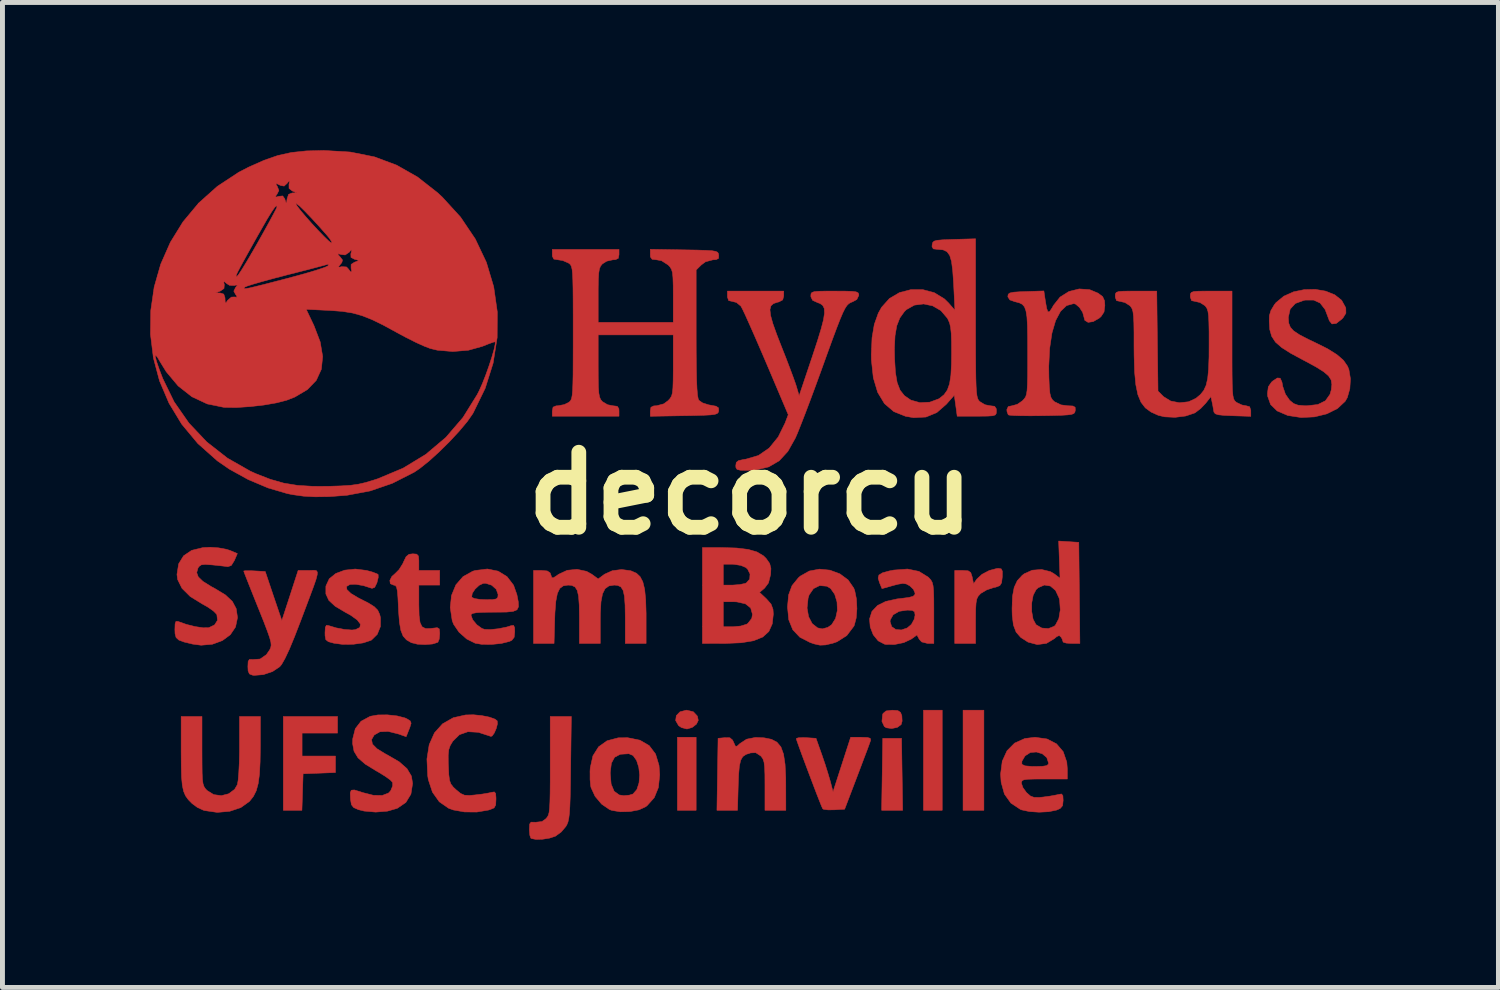
<source format=kicad_pcb>
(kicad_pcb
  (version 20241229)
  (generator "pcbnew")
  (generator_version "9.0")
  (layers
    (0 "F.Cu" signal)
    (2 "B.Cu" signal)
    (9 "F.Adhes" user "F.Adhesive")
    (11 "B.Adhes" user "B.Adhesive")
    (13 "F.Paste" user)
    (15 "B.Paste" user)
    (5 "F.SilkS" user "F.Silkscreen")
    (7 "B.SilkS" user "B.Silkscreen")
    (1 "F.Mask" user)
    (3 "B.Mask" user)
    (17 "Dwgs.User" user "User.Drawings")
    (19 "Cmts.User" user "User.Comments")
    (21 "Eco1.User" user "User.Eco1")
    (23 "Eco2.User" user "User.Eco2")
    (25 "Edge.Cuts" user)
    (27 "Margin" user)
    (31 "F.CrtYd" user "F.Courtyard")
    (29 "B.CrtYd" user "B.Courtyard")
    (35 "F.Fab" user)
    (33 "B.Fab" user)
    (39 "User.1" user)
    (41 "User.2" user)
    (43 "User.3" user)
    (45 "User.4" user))
  (footprint "decorcu"
    (layer "F.Cu")
    (at 12.185 6.966)
    (property "Reference" "decorcu" (at 0 0 0) (layer "F.SilkS") (effects (font (size 1.524 1.524) (thickness 0.3))))
    (attr through_hole)
    (fp_poly (pts (xy -1.101 6.435) (xy -1.482 6.435) (xy -1.482 4.953) (xy -1.101 4.953) (xy -1.101 6.435)) (stroke (width 0.01) (type solid)) (fill yes) (layer "F.Cu"))
    (fp_poly (pts (xy 3.092 6.435) (xy 2.665 6.435) (xy 2.688 4.974) (xy 3.069 4.974) (xy 3.092 6.435)) (stroke (width 0.01) (type solid)) (fill yes) (layer "F.Cu"))
    (fp_poly (pts (xy 3.895 6.435) (xy 3.514 6.435) (xy 3.514 4.403) (xy 3.895 4.403) (xy 3.895 6.435)) (stroke (width 0.01) (type solid)) (fill yes) (layer "F.Cu"))
    (fp_poly (pts (xy 4.741 6.435) (xy 4.318 6.435) (xy 4.318 4.403) (xy 4.741 4.403) (xy 4.741 6.435)) (stroke (width 0.01) (type solid)) (fill yes) (layer "F.Cu"))
    (fp_poly (pts (xy -8.382 4.868) (xy -9.102 4.868) (xy -9.102 5.334) (xy -8.424 5.334) (xy -8.424 5.669) (xy -9.081 5.694) (xy -9.093 6.064) (xy -9.105 6.435) (xy -9.483 6.435) (xy -9.483 4.53) (xy -8.382 4.53) (xy -8.382 4.868)) (stroke (width 0.01) (type solid)) (fill yes) (layer "F.Cu"))
    (fp_poly (pts (xy -1.158 4.435) (xy -1.076 4.523) (xy -1.058 4.609) (xy -1.095 4.686) (xy -1.181 4.753) (xy -1.284 4.784) (xy -1.291 4.784) (xy -1.399 4.756) (xy -1.457 4.717) (xy -1.517 4.613) (xy -1.504 4.513) (xy -1.429 4.436) (xy -1.302 4.403) (xy -1.291 4.403) (xy -1.158 4.435)) (stroke (width 0.01) (type solid)) (fill yes) (layer "F.Cu"))
    (fp_poly (pts (xy 2.993 4.411) (xy 3.048 4.447) (xy 3.075 4.515) (xy 3.081 4.624) (xy 3.061 4.695) (xy 2.983 4.752) (xy 2.869 4.775) (xy 2.76 4.76) (xy 2.72 4.735) (xy 2.671 4.63) (xy 2.685 4.491) (xy 2.693 4.47) (xy 2.755 4.418) (xy 2.882 4.403) (xy 2.993 4.411)) (stroke (width 0.01) (type solid)) (fill yes) (layer "F.Cu"))
    (fp_poly (pts (xy 5.094 1.534) (xy 5.116 1.581) (xy 5.115 1.686) (xy 5.114 1.702) (xy 5.1 1.816) (xy 5.064 1.874) (xy 4.982 1.905) (xy 4.933 1.915) (xy 4.797 1.961) (xy 4.682 2.029) (xy 4.669 2.041) (xy 4.626 2.087) (xy 4.598 2.143) (xy 4.582 2.226) (xy 4.574 2.354) (xy 4.572 2.545) (xy 4.572 2.59) (xy 4.572 3.048) (xy 4.149 3.048) (xy 4.149 1.566) (xy 4.313 1.566) (xy 4.421 1.573) (xy 4.474 1.608) (xy 4.501 1.69) (xy 4.504 1.702) (xy 4.531 1.837) (xy 4.599 1.74) (xy 4.703 1.644) (xy 4.852 1.566) (xy 5.004 1.526) (xy 5.039 1.524) (xy 5.094 1.534)) (stroke (width 0.01) (type solid)) (fill yes) (layer "F.Cu"))
    (fp_poly (pts (xy -3.649 5.577) (xy -3.653 5.906) (xy -3.658 6.162) (xy -3.665 6.355) (xy -3.674 6.497) (xy -3.687 6.599) (xy -3.703 6.672) (xy -3.725 6.727) (xy -3.745 6.762) (xy -3.839 6.874) (xy -3.956 6.96) (xy -3.963 6.963) (xy -4.079 7.001) (xy -4.219 7.023) (xy -4.35 7.027) (xy -4.442 7.01) (xy -4.459 6.999) (xy -4.478 6.942) (xy -4.487 6.837) (xy -4.487 6.816) (xy -4.482 6.715) (xy -4.453 6.676) (xy -4.38 6.677) (xy -4.365 6.679) (xy -4.231 6.664) (xy -4.153 6.608) (xy -4.125 6.576) (xy -4.103 6.537) (xy -4.087 6.48) (xy -4.077 6.394) (xy -4.07 6.267) (xy -4.066 6.089) (xy -4.064 5.848) (xy -4.064 5.535) (xy -4.064 5.524) (xy -4.064 4.53) (xy -3.635 4.53) (xy -3.649 5.577)) (stroke (width 0.01) (type solid)) (fill yes) (layer "F.Cu"))
    (fp_poly (pts (xy 0.279 4.964) (xy 0.427 4.994) (xy 0.539 5.052) (xy 0.62 5.149) (xy 0.673 5.295) (xy 0.704 5.5) (xy 0.718 5.774) (xy 0.719 5.937) (xy 0.72 6.435) (xy 0.296 6.435) (xy 0.296 5.927) (xy 0.295 5.708) (xy 0.289 5.557) (xy 0.277 5.458) (xy 0.255 5.392) (xy 0.222 5.345) (xy 0.208 5.33) (xy 0.109 5.266) (xy 0.007 5.27) (xy -0.087 5.3) (xy -0.154 5.345) (xy -0.197 5.42) (xy -0.224 5.54) (xy -0.239 5.717) (xy -0.247 5.928) (xy -0.261 6.435) (xy -0.679 6.435) (xy -0.656 4.974) (xy -0.519 4.961) (xy -0.416 4.963) (xy -0.361 5.01) (xy -0.339 5.057) (xy -0.306 5.132) (xy -0.272 5.135) (xy -0.214 5.082) (xy -0.077 4.992) (xy 0.103 4.956) (xy 0.279 4.964)) (stroke (width 0.01) (type solid)) (fill yes) (layer "F.Cu"))
    (fp_poly (pts (xy 2.374 4.957) (xy 2.432 4.973) (xy 2.442 5.009) (xy 2.437 5.027) (xy 2.415 5.09) (xy 2.368 5.218) (xy 2.301 5.394) (xy 2.222 5.604) (xy 2.164 5.757) (xy 1.914 6.413) (xy 1.701 6.426) (xy 1.576 6.427) (xy 1.489 6.416) (xy 1.469 6.405) (xy 1.445 6.352) (xy 1.399 6.237) (xy 1.336 6.076) (xy 1.263 5.884) (xy 1.185 5.678) (xy 1.108 5.473) (xy 1.038 5.285) (xy 0.982 5.13) (xy 0.944 5.023) (xy 0.931 4.98) (xy 0.969 4.964) (xy 1.065 4.959) (xy 1.132 4.961) (xy 1.333 4.974) (xy 1.453 5.313) (xy 1.517 5.501) (xy 1.576 5.689) (xy 1.62 5.838) (xy 1.625 5.856) (xy 1.678 6.06) (xy 1.857 5.506) (xy 2.036 4.953) (xy 2.248 4.953) (xy 2.374 4.957)) (stroke (width 0.01) (type solid)) (fill yes) (layer "F.Cu"))
    (fp_poly (pts (xy -11.134 5.23) (xy -11.133 5.489) (xy -11.131 5.677) (xy -11.125 5.808) (xy -11.113 5.895) (xy -11.093 5.954) (xy -11.065 5.997) (xy -11.03 6.034) (xy -10.896 6.117) (xy -10.741 6.138) (xy -10.592 6.1) (xy -10.471 6.01) (xy -10.416 5.915) (xy -10.4 5.827) (xy -10.387 5.674) (xy -10.377 5.475) (xy -10.372 5.247) (xy -10.372 5.158) (xy -10.372 4.53) (xy -9.948 4.53) (xy -9.949 5.133) (xy -9.954 5.453) (xy -9.967 5.702) (xy -9.993 5.893) (xy -10.033 6.04) (xy -10.091 6.155) (xy -10.168 6.252) (xy -10.171 6.255) (xy -10.347 6.381) (xy -10.572 6.456) (xy -10.824 6.478) (xy -11.08 6.441) (xy -11.107 6.433) (xy -11.228 6.377) (xy -11.334 6.299) (xy -11.411 6.221) (xy -11.468 6.142) (xy -11.508 6.048) (xy -11.534 5.924) (xy -11.549 5.758) (xy -11.555 5.535) (xy -11.557 5.251) (xy -11.557 4.53) (xy -11.134 4.53) (xy -11.134 5.23)) (stroke (width 0.01) (type solid)) (fill yes) (layer "F.Cu"))
    (fp_poly (pts (xy 1.615 1.56) (xy 1.816 1.634) (xy 1.983 1.757) (xy 2.099 1.924) (xy 2.118 1.973) (xy 2.153 2.144) (xy 2.163 2.342) (xy 2.148 2.533) (xy 2.109 2.681) (xy 2.101 2.698) (xy 1.957 2.888) (xy 1.759 3.014) (xy 1.672 3.044) (xy 1.525 3.078) (xy 1.414 3.083) (xy 1.296 3.057) (xy 1.214 3.029) (xy 1.005 2.922) (xy 0.861 2.77) (xy 0.779 2.567) (xy 0.756 2.328) (xy 1.151 2.328) (xy 1.182 2.505) (xy 1.255 2.645) (xy 1.365 2.732) (xy 1.46 2.752) (xy 1.571 2.722) (xy 1.649 2.669) (xy 1.73 2.54) (xy 1.766 2.377) (xy 1.759 2.206) (xy 1.712 2.05) (xy 1.629 1.932) (xy 1.553 1.886) (xy 1.406 1.873) (xy 1.281 1.935) (xy 1.193 2.062) (xy 1.172 2.129) (xy 1.151 2.328) (xy 0.756 2.328) (xy 0.754 2.304) (xy 0.776 2.062) (xy 0.846 1.873) (xy 0.973 1.717) (xy 1.013 1.681) (xy 1.195 1.578) (xy 1.402 1.539) (xy 1.615 1.56)) (stroke (width 0.01) (type solid)) (fill yes) (layer "F.Cu"))
    (fp_poly (pts (xy -2.243 5.012) (xy -2.054 5.122) (xy -1.925 5.293) (xy -1.855 5.524) (xy -1.841 5.715) (xy -1.868 5.974) (xy -1.951 6.178) (xy -2.097 6.341) (xy -2.127 6.364) (xy -2.262 6.426) (xy -2.444 6.461) (xy -2.638 6.466) (xy -2.81 6.438) (xy -2.86 6.42) (xy -3.02 6.31) (xy -3.153 6.152) (xy -3.234 5.977) (xy -3.242 5.945) (xy -3.255 5.812) (xy -3.255 5.687) (xy -2.845 5.687) (xy -2.827 5.904) (xy -2.766 6.049) (xy -2.662 6.124) (xy -2.571 6.138) (xy -2.46 6.128) (xy -2.384 6.105) (xy -2.384 6.105) (xy -2.305 6.014) (xy -2.261 5.879) (xy -2.248 5.721) (xy -2.266 5.562) (xy -2.311 5.422) (xy -2.382 5.323) (xy -2.467 5.287) (xy -2.642 5.298) (xy -2.757 5.359) (xy -2.822 5.479) (xy -2.845 5.668) (xy -2.845 5.687) (xy -3.255 5.687) (xy -3.256 5.647) (xy -3.251 5.572) (xy -3.197 5.33) (xy -3.082 5.147) (xy -2.91 5.024) (xy -2.684 4.964) (xy -2.491 4.962) (xy -2.243 5.012)) (stroke (width 0.01) (type solid)) (fill yes) (layer "F.Cu"))
    (fp_poly (pts (xy -6.775 1.235) (xy -6.74 1.272) (xy -6.731 1.364) (xy -6.731 1.397) (xy -6.731 1.566) (xy -6.308 1.566) (xy -6.308 1.863) (xy -6.731 1.863) (xy -6.731 2.26) (xy -6.726 2.478) (xy -6.707 2.623) (xy -6.666 2.709) (xy -6.597 2.745) (xy -6.494 2.744) (xy -6.455 2.739) (xy -6.357 2.728) (xy -6.316 2.753) (xy -6.308 2.834) (xy -6.308 2.858) (xy -6.318 2.961) (xy -6.344 3.022) (xy -6.346 3.025) (xy -6.453 3.059) (xy -6.604 3.071) (xy -6.76 3.063) (xy -6.884 3.032) (xy -6.886 3.031) (xy -6.982 2.975) (xy -7.051 2.898) (xy -7.096 2.784) (xy -7.125 2.62) (xy -7.143 2.39) (xy -7.146 2.318) (xy -7.156 2.116) (xy -7.167 1.984) (xy -7.183 1.907) (xy -7.207 1.872) (xy -7.241 1.863) (xy -7.244 1.863) (xy -7.31 1.835) (xy -7.32 1.77) (xy -7.28 1.689) (xy -7.217 1.633) (xy -7.132 1.548) (xy -7.056 1.426) (xy -7.043 1.395) (xy -6.99 1.286) (xy -6.931 1.238) (xy -6.853 1.228) (xy -6.775 1.235)) (stroke (width 0.01) (type solid)) (fill yes) (layer "F.Cu"))
    (fp_poly (pts (xy -8.81 1.571) (xy -8.792 1.599) (xy -8.795 1.655) (xy -8.819 1.748) (xy -8.867 1.887) (xy -8.939 2.081) (xy -9.036 2.339) (xy -9.127 2.58) (xy -9.255 2.911) (xy -9.361 3.167) (xy -9.448 3.352) (xy -9.517 3.473) (xy -9.555 3.52) (xy -9.701 3.618) (xy -9.888 3.681) (xy -10.074 3.696) (xy -10.107 3.692) (xy -10.171 3.667) (xy -10.198 3.604) (xy -10.202 3.517) (xy -10.197 3.413) (xy -10.171 3.372) (xy -10.109 3.374) (xy -10.101 3.375) (xy -9.954 3.364) (xy -9.827 3.276) (xy -9.76 3.179) (xy -9.739 3.133) (xy -9.73 3.084) (xy -9.736 3.019) (xy -9.761 2.927) (xy -9.807 2.796) (xy -9.877 2.612) (xy -9.976 2.364) (xy -9.992 2.325) (xy -10.085 2.093) (xy -10.166 1.89) (xy -10.23 1.728) (xy -10.272 1.62) (xy -10.287 1.577) (xy -10.287 1.577) (xy -10.249 1.571) (xy -10.151 1.571) (xy -10.069 1.575) (xy -9.85 1.587) (xy -9.682 2.086) (xy -9.513 2.584) (xy -9.347 2.075) (xy -9.182 1.566) (xy -8.97 1.566) (xy -8.9 1.564) (xy -8.846 1.563) (xy -8.81 1.571)) (stroke (width 0.01) (type solid)) (fill yes) (layer "F.Cu"))
    (fp_poly (pts (xy -5.454 4.513) (xy -5.298 4.544) (xy -5.184 4.585) (xy -5.14 4.62) (xy -5.136 4.682) (xy -5.16 4.775) (xy -5.2 4.867) (xy -5.244 4.927) (xy -5.269 4.935) (xy -5.523 4.852) (xy -5.735 4.84) (xy -5.907 4.9) (xy -6.041 5.032) (xy -6.045 5.038) (xy -6.095 5.122) (xy -6.124 5.206) (xy -6.135 5.316) (xy -6.134 5.477) (xy -6.131 5.539) (xy -6.123 5.713) (xy -6.108 5.827) (xy -6.08 5.903) (xy -6.032 5.965) (xy -5.973 6.02) (xy -5.883 6.094) (xy -5.804 6.129) (xy -5.702 6.134) (xy -5.592 6.124) (xy -5.441 6.106) (xy -5.312 6.084) (xy -5.26 6.072) (xy -5.199 6.062) (xy -5.172 6.093) (xy -5.165 6.184) (xy -5.165 6.216) (xy -5.171 6.328) (xy -5.204 6.387) (xy -5.288 6.422) (xy -5.323 6.432) (xy -5.555 6.471) (xy -5.803 6.469) (xy -6.029 6.429) (xy -6.125 6.395) (xy -6.316 6.263) (xy -6.455 6.067) (xy -6.539 5.812) (xy -6.551 5.735) (xy -6.567 5.395) (xy -6.521 5.103) (xy -6.414 4.863) (xy -6.25 4.68) (xy -6.032 4.556) (xy -5.784 4.5) (xy -5.624 4.496) (xy -5.454 4.513)) (stroke (width 0.01) (type solid)) (fill yes) (layer "F.Cu"))
    (fp_poly (pts (xy -0.284 1.11) (xy -0.044 1.139) (xy 0.135 1.191) (xy 0.266 1.269) (xy 0.321 1.324) (xy 0.392 1.425) (xy 0.417 1.524) (xy 0.411 1.648) (xy 0.367 1.82) (xy 0.288 1.925) (xy 0.186 2.011) (xy 0.326 2.143) (xy 0.419 2.248) (xy 0.459 2.353) (xy 0.466 2.452) (xy 0.444 2.651) (xy 0.375 2.805) (xy 0.252 2.917) (xy 0.067 2.992) (xy -0.185 3.034) (xy -0.497 3.047) (xy -0.974 3.048) (xy -0.974 2.201) (xy -0.55 2.201) (xy -0.55 2.709) (xy -0.348 2.709) (xy -0.199 2.695) (xy -0.078 2.658) (xy -0.052 2.643) (xy 0.028 2.539) (xy 0.042 2.455) (xy 0.006 2.328) (xy -0.101 2.243) (xy -0.276 2.204) (xy -0.348 2.201) (xy -0.55 2.201) (xy -0.974 2.201) (xy -0.974 1.439) (xy -0.55 1.439) (xy -0.55 1.863) (xy -0.357 1.863) (xy -0.22 1.853) (xy -0.108 1.83) (xy -0.082 1.819) (xy -0.014 1.742) (xy -0.007 1.638) (xy -0.057 1.538) (xy -0.094 1.505) (xy -0.197 1.463) (xy -0.333 1.441) (xy -0.369 1.439) (xy -0.55 1.439) (xy -0.974 1.439) (xy -0.974 1.101) (xy -0.595 1.101) (xy -0.284 1.11)) (stroke (width 0.01) (type solid)) (fill yes) (layer "F.Cu"))
    (fp_poly (pts (xy 6.668 0.995) (xy 6.679 2.021) (xy 6.69 3.048) (xy 6.52 3.048) (xy 6.414 3.041) (xy 6.354 3.023) (xy 6.349 3.016) (xy 6.329 2.956) (xy 6.309 2.922) (xy 6.272 2.887) (xy 6.221 2.908) (xy 6.172 2.95) (xy 6.012 3.046) (xy 5.826 3.071) (xy 5.641 3.022) (xy 5.633 3.018) (xy 5.49 2.926) (xy 5.395 2.818) (xy 5.34 2.673) (xy 5.316 2.475) (xy 5.314 2.399) (xy 5.712 2.399) (xy 5.74 2.556) (xy 5.798 2.665) (xy 5.8 2.667) (xy 5.916 2.735) (xy 6.05 2.746) (xy 6.167 2.7) (xy 6.192 2.678) (xy 6.262 2.546) (xy 6.292 2.367) (xy 6.279 2.174) (xy 6.267 2.124) (xy 6.196 1.972) (xy 6.091 1.882) (xy 5.969 1.862) (xy 5.844 1.916) (xy 5.801 1.955) (xy 5.742 2.068) (xy 5.712 2.226) (xy 5.712 2.399) (xy 5.314 2.399) (xy 5.313 2.336) (xy 5.322 2.09) (xy 5.356 1.909) (xy 5.419 1.774) (xy 5.519 1.665) (xy 5.559 1.634) (xy 5.722 1.561) (xy 5.911 1.546) (xy 6.091 1.59) (xy 6.167 1.634) (xy 6.287 1.723) (xy 6.273 1.346) (xy 6.259 0.969) (xy 6.668 0.995)) (stroke (width 0.01) (type solid)) (fill yes) (layer "F.Cu"))
    (fp_poly (pts (xy -3.326 1.584) (xy -3.221 1.642) (xy -3.09 1.738) (xy -2.96 1.642) (xy -2.803 1.571) (xy -2.614 1.547) (xy -2.428 1.572) (xy -2.313 1.622) (xy -2.239 1.692) (xy -2.184 1.796) (xy -2.147 1.947) (xy -2.126 2.156) (xy -2.117 2.434) (xy -2.117 2.529) (xy -2.117 3.048) (xy -2.54 3.048) (xy -2.54 2.522) (xy -2.544 2.269) (xy -2.557 2.089) (xy -2.584 1.97) (xy -2.629 1.9) (xy -2.695 1.869) (xy -2.765 1.863) (xy -2.872 1.88) (xy -2.95 1.936) (xy -3.002 2.04) (xy -3.033 2.202) (xy -3.046 2.434) (xy -3.048 2.58) (xy -3.048 3.048) (xy -3.471 3.048) (xy -3.471 2.522) (xy -3.475 2.269) (xy -3.488 2.09) (xy -3.515 1.971) (xy -3.56 1.901) (xy -3.627 1.869) (xy -3.701 1.863) (xy -3.798 1.878) (xy -3.87 1.931) (xy -3.919 2.033) (xy -3.95 2.193) (xy -3.968 2.423) (xy -3.972 2.544) (xy -3.986 3.048) (xy -4.403 3.048) (xy -4.403 1.566) (xy -4.238 1.566) (xy -4.124 1.576) (xy -4.067 1.614) (xy -4.051 1.655) (xy -4.033 1.709) (xy -4.003 1.717) (xy -3.938 1.676) (xy -3.894 1.644) (xy -3.72 1.563) (xy -3.52 1.543) (xy -3.326 1.584)) (stroke (width 0.01) (type solid)) (fill yes) (layer "F.Cu"))
    (fp_poly (pts (xy -7.79 1.566) (xy -7.788 1.567) (xy -7.664 1.602) (xy -7.578 1.635) (xy -7.557 1.65) (xy -7.556 1.709) (xy -7.58 1.808) (xy -7.583 1.818) (xy -7.628 1.91) (xy -7.681 1.929) (xy -7.699 1.924) (xy -7.852 1.875) (xy -8.005 1.848) (xy -8.123 1.849) (xy -8.131 1.851) (xy -8.2 1.892) (xy -8.192 1.954) (xy -8.111 2.033) (xy -7.96 2.123) (xy -7.931 2.138) (xy -7.752 2.229) (xy -7.635 2.303) (xy -7.565 2.374) (xy -7.527 2.456) (xy -7.51 2.524) (xy -7.511 2.704) (xy -7.576 2.864) (xy -7.692 2.978) (xy -7.707 2.986) (xy -7.862 3.037) (xy -8.064 3.065) (xy -8.277 3.067) (xy -8.456 3.043) (xy -8.568 3.012) (xy -8.62 2.971) (xy -8.635 2.892) (xy -8.636 2.829) (xy -8.63 2.721) (xy -8.608 2.68) (xy -8.565 2.685) (xy -8.408 2.732) (xy -8.239 2.764) (xy -8.09 2.775) (xy -8.019 2.768) (xy -7.929 2.723) (xy -7.917 2.656) (xy -7.981 2.572) (xy -8.118 2.473) (xy -8.228 2.413) (xy -8.431 2.292) (xy -8.559 2.173) (xy -8.619 2.043) (xy -8.619 1.892) (xy -8.616 1.877) (xy -8.55 1.735) (xy -8.418 1.628) (xy -8.238 1.56) (xy -8.023 1.537) (xy -7.79 1.566)) (stroke (width 0.01) (type solid)) (fill yes) (layer "F.Cu"))
    (fp_poly (pts (xy -7.173 4.519) (xy -7.013 4.56) (xy -6.974 4.578) (xy -6.907 4.62) (xy -6.888 4.667) (xy -6.913 4.75) (xy -6.928 4.788) (xy -6.989 4.941) (xy -7.146 4.886) (xy -7.355 4.834) (xy -7.522 4.841) (xy -7.638 4.907) (xy -7.638 4.908) (xy -7.691 5) (xy -7.674 5.091) (xy -7.582 5.185) (xy -7.412 5.289) (xy -7.369 5.312) (xy -7.131 5.45) (xy -6.971 5.591) (xy -6.882 5.741) (xy -6.858 5.89) (xy -6.892 6.107) (xy -6.995 6.276) (xy -7.167 6.394) (xy -7.168 6.395) (xy -7.37 6.453) (xy -7.608 6.472) (xy -7.843 6.451) (xy -7.959 6.422) (xy -8.054 6.38) (xy -8.1 6.323) (xy -8.118 6.217) (xy -8.12 6.191) (xy -8.124 6.081) (xy -8.103 6.028) (xy -8.042 6.022) (xy -7.923 6.058) (xy -7.874 6.075) (xy -7.654 6.131) (xy -7.474 6.134) (xy -7.345 6.084) (xy -7.303 6.038) (xy -7.263 5.942) (xy -7.263 5.871) (xy -7.31 5.82) (xy -7.414 5.745) (xy -7.554 5.659) (xy -7.605 5.63) (xy -7.821 5.497) (xy -7.966 5.371) (xy -8.047 5.237) (xy -8.076 5.082) (xy -8.073 4.983) (xy -8.021 4.778) (xy -7.905 4.628) (xy -7.722 4.529) (xy -7.713 4.526) (xy -7.56 4.499) (xy -7.368 4.498) (xy -7.173 4.519)) (stroke (width 0.01) (type solid)) (fill yes) (layer "F.Cu"))
    (fp_poly (pts (xy -10.798 1.107) (xy -10.639 1.136) (xy -10.567 1.159) (xy -10.416 1.223) (xy -10.476 1.363) (xy -10.539 1.465) (xy -10.611 1.49) (xy -10.612 1.489) (xy -10.696 1.478) (xy -10.829 1.463) (xy -10.929 1.453) (xy -11.068 1.443) (xy -11.148 1.452) (xy -11.194 1.485) (xy -11.216 1.519) (xy -11.241 1.61) (xy -11.21 1.696) (xy -11.116 1.787) (xy -10.95 1.891) (xy -10.874 1.932) (xy -10.659 2.062) (xy -10.518 2.194) (xy -10.44 2.34) (xy -10.414 2.515) (xy -10.414 2.528) (xy -10.453 2.714) (xy -10.559 2.871) (xy -10.721 2.99) (xy -10.923 3.064) (xy -11.152 3.084) (xy -11.324 3.061) (xy -11.498 3.019) (xy -11.604 2.979) (xy -11.66 2.927) (xy -11.681 2.849) (xy -11.684 2.765) (xy -11.68 2.649) (xy -11.662 2.6) (xy -11.622 2.6) (xy -11.61 2.605) (xy -11.448 2.662) (xy -11.271 2.706) (xy -11.111 2.73) (xy -10.997 2.728) (xy -10.996 2.728) (xy -10.878 2.671) (xy -10.819 2.577) (xy -10.832 2.465) (xy -10.837 2.455) (xy -10.898 2.392) (xy -11.01 2.313) (xy -11.128 2.246) (xy -11.372 2.096) (xy -11.54 1.929) (xy -11.628 1.752) (xy -11.642 1.647) (xy -11.608 1.432) (xy -11.508 1.269) (xy -11.344 1.158) (xy -11.115 1.102) (xy -10.965 1.095) (xy -10.798 1.107)) (stroke (width 0.01) (type solid)) (fill yes) (layer "F.Cu"))
    (fp_poly (pts (xy 6.023 4.987) (xy 6.215 5.086) (xy 6.351 5.245) (xy 6.424 5.457) (xy 6.435 5.598) (xy 6.435 5.8) (xy 5.969 5.8) (xy 5.765 5.801) (xy 5.632 5.805) (xy 5.553 5.816) (xy 5.516 5.836) (xy 5.504 5.868) (xy 5.503 5.886) (xy 5.532 5.973) (xy 5.602 6.071) (xy 5.613 6.082) (xy 5.688 6.147) (xy 5.764 6.174) (xy 5.875 6.173) (xy 5.941 6.167) (xy 6.087 6.147) (xy 6.212 6.124) (xy 6.255 6.114) (xy 6.318 6.104) (xy 6.345 6.14) (xy 6.35 6.235) (xy 6.339 6.341) (xy 6.289 6.399) (xy 6.217 6.431) (xy 6.057 6.464) (xy 5.862 6.474) (xy 5.666 6.461) (xy 5.508 6.427) (xy 5.482 6.417) (xy 5.289 6.289) (xy 5.158 6.106) (xy 5.091 5.866) (xy 5.08 5.7) (xy 5.106 5.501) (xy 5.512 5.501) (xy 5.576 5.533) (xy 5.713 5.545) (xy 5.779 5.546) (xy 5.93 5.542) (xy 6.014 5.529) (xy 6.049 5.501) (xy 6.054 5.475) (xy 6.018 5.365) (xy 5.927 5.288) (xy 5.807 5.252) (xy 5.684 5.262) (xy 5.582 5.327) (xy 5.569 5.343) (xy 5.512 5.441) (xy 5.512 5.501) (xy 5.106 5.501) (xy 5.114 5.438) (xy 5.211 5.226) (xy 5.365 5.071) (xy 5.572 4.978) (xy 5.779 4.953) (xy 6.023 4.987)) (stroke (width 0.01) (type solid)) (fill yes) (layer "F.Cu"))
    (fp_poly (pts (xy -5.122 1.58) (xy -4.941 1.691) (xy -4.808 1.865) (xy -4.74 2.058) (xy -4.712 2.204) (xy -4.708 2.303) (xy -4.739 2.365) (xy -4.817 2.397) (xy -4.954 2.411) (xy -5.161 2.413) (xy -5.206 2.413) (xy -5.419 2.415) (xy -5.559 2.423) (xy -5.639 2.438) (xy -5.671 2.461) (xy -5.673 2.471) (xy -5.639 2.566) (xy -5.556 2.667) (xy -5.453 2.742) (xy -5.397 2.762) (xy -5.277 2.766) (xy -5.116 2.749) (xy -4.952 2.716) (xy -4.858 2.687) (xy -4.808 2.681) (xy -4.787 2.727) (xy -4.784 2.812) (xy -4.796 2.923) (xy -4.843 2.983) (xy -4.892 3.007) (xy -5.057 3.048) (xy -5.257 3.068) (xy -5.453 3.066) (xy -5.588 3.043) (xy -5.759 2.958) (xy -5.914 2.821) (xy -6.025 2.659) (xy -6.054 2.584) (xy -6.094 2.317) (xy -6.071 2.104) (xy -5.658 2.104) (xy -5.654 2.112) (xy -5.599 2.137) (xy -5.487 2.154) (xy -5.374 2.159) (xy -5.234 2.157) (xy -5.159 2.144) (xy -5.128 2.113) (xy -5.122 2.055) (xy -5.122 2.054) (xy -5.16 1.948) (xy -5.253 1.865) (xy -5.374 1.826) (xy -5.423 1.828) (xy -5.507 1.867) (xy -5.589 1.944) (xy -5.647 2.031) (xy -5.658 2.104) (xy -6.071 2.104) (xy -6.067 2.071) (xy -5.979 1.858) (xy -5.834 1.691) (xy -5.638 1.582) (xy -5.59 1.567) (xy -5.342 1.536) (xy -5.122 1.58)) (stroke (width 0.01) (type solid)) (fill yes) (layer "F.Cu"))
    (fp_poly (pts (xy 3.422 1.585) (xy 3.608 1.7) (xy 3.625 1.716) (xy 3.664 1.759) (xy 3.691 1.807) (xy 3.709 1.875) (xy 3.719 1.977) (xy 3.724 2.129) (xy 3.725 2.346) (xy 3.725 2.432) (xy 3.725 3.048) (xy 3.6 3.048) (xy 3.478 3.017) (xy 3.428 2.962) (xy 3.382 2.876) (xy 3.264 2.961) (xy 3.114 3.031) (xy 2.928 3.069) (xy 2.75 3.067) (xy 2.725 3.063) (xy 2.595 2.995) (xy 2.494 2.871) (xy 2.433 2.713) (xy 2.424 2.604) (xy 2.836 2.604) (xy 2.869 2.707) (xy 2.953 2.765) (xy 3.066 2.774) (xy 3.185 2.733) (xy 3.27 2.661) (xy 3.327 2.556) (xy 3.344 2.472) (xy 3.334 2.405) (xy 3.285 2.376) (xy 3.184 2.371) (xy 3.019 2.396) (xy 2.899 2.466) (xy 2.84 2.57) (xy 2.836 2.604) (xy 2.424 2.604) (xy 2.42 2.549) (xy 2.466 2.403) (xy 2.471 2.394) (xy 2.583 2.276) (xy 2.747 2.195) (xy 2.976 2.144) (xy 3.064 2.134) (xy 3.217 2.114) (xy 3.303 2.091) (xy 3.339 2.057) (xy 3.344 2.027) (xy 3.311 1.95) (xy 3.236 1.878) (xy 3.166 1.84) (xy 3.096 1.829) (xy 2.995 1.846) (xy 2.9 1.871) (xy 2.672 1.935) (xy 2.621 1.812) (xy 2.594 1.721) (xy 2.61 1.659) (xy 2.682 1.614) (xy 2.82 1.576) (xy 2.912 1.558) (xy 3.189 1.537) (xy 3.422 1.585)) (stroke (width 0.01) (type solid)) (fill yes) (layer "F.Cu"))
    (fp_poly (pts (xy 11.68 -4.105) (xy 11.864 -4.031) (xy 12.004 -3.92) (xy 12.085 -3.773) (xy 12.089 -3.759) (xy 12.091 -3.658) (xy 12.034 -3.565) (xy 12.007 -3.537) (xy 11.894 -3.449) (xy 11.808 -3.439) (xy 11.753 -3.506) (xy 11.748 -3.524) (xy 11.669 -3.732) (xy 11.568 -3.863) (xy 11.436 -3.924) (xy 11.264 -3.923) (xy 11.238 -3.918) (xy 11.065 -3.855) (xy 10.96 -3.741) (xy 10.922 -3.575) (xy 10.922 -3.559) (xy 10.93 -3.456) (xy 10.963 -3.372) (xy 11.031 -3.297) (xy 11.149 -3.219) (xy 11.326 -3.127) (xy 11.451 -3.068) (xy 11.715 -2.937) (xy 11.907 -2.817) (xy 12.04 -2.702) (xy 12.124 -2.581) (xy 12.152 -2.512) (xy 12.183 -2.326) (xy 12.171 -2.125) (xy 12.12 -1.945) (xy 12.076 -1.868) (xy 11.919 -1.721) (xy 11.704 -1.614) (xy 11.452 -1.552) (xy 11.182 -1.539) (xy 10.914 -1.58) (xy 10.902 -1.584) (xy 10.695 -1.673) (xy 10.562 -1.803) (xy 10.502 -1.973) (xy 10.499 -2.031) (xy 10.516 -2.164) (xy 10.581 -2.258) (xy 10.609 -2.282) (xy 10.7 -2.342) (xy 10.757 -2.337) (xy 10.792 -2.261) (xy 10.81 -2.166) (xy 10.863 -2.012) (xy 10.948 -1.89) (xy 11.029 -1.823) (xy 11.119 -1.79) (xy 11.251 -1.778) (xy 11.303 -1.778) (xy 11.521 -1.803) (xy 11.675 -1.879) (xy 11.768 -2.01) (xy 11.794 -2.101) (xy 11.806 -2.21) (xy 11.791 -2.302) (xy 11.738 -2.385) (xy 11.638 -2.47) (xy 11.481 -2.568) (xy 11.258 -2.689) (xy 11.223 -2.707) (xy 10.971 -2.843) (xy 10.787 -2.96) (xy 10.661 -3.07) (xy 10.584 -3.188) (xy 10.545 -3.325) (xy 10.534 -3.496) (xy 10.537 -3.607) (xy 10.567 -3.709) (xy 10.638 -3.829) (xy 10.672 -3.872) (xy 10.831 -4.003) (xy 11.028 -4.091) (xy 11.245 -4.136) (xy 11.468 -4.141) (xy 11.68 -4.105)) (stroke (width 0.01) (type solid)) (fill yes) (layer "F.Cu"))
    (fp_poly (pts (xy 6.889 -4.135) (xy 7.059 -4.064) (xy 7.152 -3.994) (xy 7.19 -3.911) (xy 7.197 -3.814) (xy 7.18 -3.681) (xy 7.119 -3.589) (xy 7.085 -3.559) (xy 6.961 -3.487) (xy 6.857 -3.471) (xy 6.79 -3.512) (xy 6.773 -3.577) (xy 6.746 -3.675) (xy 6.682 -3.774) (xy 6.604 -3.841) (xy 6.564 -3.852) (xy 6.42 -3.812) (xy 6.297 -3.695) (xy 6.197 -3.507) (xy 6.123 -3.255) (xy 6.076 -2.942) (xy 6.058 -2.577) (xy 6.061 -2.356) (xy 6.069 -2.162) (xy 6.081 -2.033) (xy 6.101 -1.951) (xy 6.134 -1.897) (xy 6.175 -1.859) (xy 6.306 -1.796) (xy 6.442 -1.778) (xy 6.55 -1.773) (xy 6.594 -1.747) (xy 6.597 -1.689) (xy 6.596 -1.683) (xy 6.588 -1.647) (xy 6.568 -1.621) (xy 6.522 -1.603) (xy 6.439 -1.592) (xy 6.305 -1.584) (xy 6.108 -1.579) (xy 5.924 -1.576) (xy 5.696 -1.574) (xy 5.498 -1.575) (xy 5.346 -1.58) (xy 5.255 -1.588) (xy 5.236 -1.594) (xy 5.211 -1.657) (xy 5.207 -1.7) (xy 5.236 -1.762) (xy 5.315 -1.778) (xy 5.419 -1.807) (xy 5.523 -1.878) (xy 5.526 -1.882) (xy 5.561 -1.919) (xy 5.588 -1.958) (xy 5.606 -2.012) (xy 5.618 -2.092) (xy 5.625 -2.211) (xy 5.629 -2.381) (xy 5.63 -2.613) (xy 5.63 -2.847) (xy 5.629 -3.162) (xy 5.625 -3.403) (xy 5.615 -3.58) (xy 5.595 -3.704) (xy 5.565 -3.787) (xy 5.52 -3.838) (xy 5.459 -3.868) (xy 5.379 -3.889) (xy 5.374 -3.889) (xy 5.268 -3.927) (xy 5.229 -3.987) (xy 5.228 -4.002) (xy 5.236 -4.043) (xy 5.27 -4.068) (xy 5.347 -4.084) (xy 5.482 -4.093) (xy 5.594 -4.097) (xy 5.959 -4.109) (xy 5.989 -3.907) (xy 6.015 -3.756) (xy 6.041 -3.685) (xy 6.075 -3.689) (xy 6.125 -3.764) (xy 6.153 -3.815) (xy 6.287 -3.984) (xy 6.468 -4.098) (xy 6.676 -4.15) (xy 6.889 -4.135)) (stroke (width 0.01) (type solid)) (fill yes) (layer "F.Cu"))
    (fp_poly (pts (xy 0.677 -4.006) (xy 0.656 -3.927) (xy 0.578 -3.886) (xy 0.551 -3.88) (xy 0.469 -3.853) (xy 0.417 -3.806) (xy 0.397 -3.729) (xy 0.41 -3.612) (xy 0.456 -3.446) (xy 0.537 -3.22) (xy 0.626 -2.991) (xy 0.718 -2.759) (xy 0.802 -2.539) (xy 0.872 -2.351) (xy 0.921 -2.213) (xy 0.936 -2.165) (xy 0.99 -1.981) (xy 1.258 -2.779) (xy 1.362 -3.095) (xy 1.437 -3.341) (xy 1.485 -3.526) (xy 1.505 -3.661) (xy 1.5 -3.754) (xy 1.469 -3.815) (xy 1.414 -3.854) (xy 1.365 -3.872) (xy 1.264 -3.918) (xy 1.229 -3.989) (xy 1.228 -4.009) (xy 1.231 -4.051) (xy 1.25 -4.078) (xy 1.299 -4.095) (xy 1.392 -4.103) (xy 1.545 -4.106) (xy 1.714 -4.106) (xy 1.924 -4.105) (xy 2.062 -4.101) (xy 2.145 -4.091) (xy 2.186 -4.072) (xy 2.2 -4.043) (xy 2.201 -4.019) (xy 2.161 -3.935) (xy 2.078 -3.89) (xy 2.035 -3.873) (xy 1.997 -3.85) (xy 1.96 -3.813) (xy 1.921 -3.753) (xy 1.876 -3.663) (xy 1.821 -3.533) (xy 1.752 -3.356) (xy 1.665 -3.123) (xy 1.557 -2.826) (xy 1.439 -2.498) (xy 1.328 -2.194) (xy 1.219 -1.9) (xy 1.117 -1.63) (xy 1.027 -1.399) (xy 0.956 -1.221) (xy 0.913 -1.122) (xy 0.762 -0.853) (xy 0.586 -0.661) (xy 0.373 -0.537) (xy 0.114 -0.476) (xy -0.074 -0.466) (xy -0.204 -0.469) (xy -0.27 -0.485) (xy -0.294 -0.524) (xy -0.296 -0.566) (xy -0.286 -0.628) (xy -0.241 -0.664) (xy -0.139 -0.687) (xy -0.09 -0.694) (xy 0.163 -0.768) (xy 0.382 -0.919) (xy 0.565 -1.144) (xy 0.702 -1.422) (xy 0.769 -1.596) (xy 0.321 -2.651) (xy 0.199 -2.935) (xy 0.085 -3.198) (xy -0.016 -3.426) (xy -0.099 -3.611) (xy -0.16 -3.74) (xy -0.193 -3.801) (xy -0.283 -3.875) (xy -0.362 -3.895) (xy -0.441 -3.913) (xy -0.465 -3.983) (xy -0.466 -4) (xy -0.466 -4.106) (xy 0.677 -4.106) (xy 0.677 -4.006)) (stroke (width 0.01) (type solid)) (fill yes) (layer "F.Cu"))
    (fp_poly (pts (xy 8.263 -3.091) (xy 8.276 -2.076) (xy 8.39 -1.962) (xy 8.533 -1.874) (xy 8.712 -1.839) (xy 8.896 -1.859) (xy 9.046 -1.929) (xy 9.137 -2.005) (xy 9.205 -2.089) (xy 9.253 -2.194) (xy 9.285 -2.334) (xy 9.303 -2.522) (xy 9.312 -2.771) (xy 9.313 -3.016) (xy 9.313 -3.279) (xy 9.309 -3.471) (xy 9.303 -3.604) (xy 9.29 -3.694) (xy 9.271 -3.752) (xy 9.244 -3.793) (xy 9.229 -3.81) (xy 9.128 -3.874) (xy 9.038 -3.895) (xy 8.958 -3.912) (xy 8.933 -3.981) (xy 8.932 -4) (xy 8.935 -4.049) (xy 8.953 -4.079) (xy 9.002 -4.097) (xy 9.097 -4.104) (xy 9.254 -4.106) (xy 9.356 -4.106) (xy 9.779 -4.106) (xy 9.779 -3.008) (xy 9.779 -2.675) (xy 9.78 -2.417) (xy 9.783 -2.222) (xy 9.788 -2.082) (xy 9.797 -1.986) (xy 9.81 -1.924) (xy 9.828 -1.885) (xy 9.852 -1.86) (xy 9.873 -1.844) (xy 9.981 -1.793) (xy 10.064 -1.778) (xy 10.137 -1.758) (xy 10.16 -1.684) (xy 10.16 -1.671) (xy 10.16 -1.563) (xy 9.79 -1.575) (xy 9.611 -1.583) (xy 9.5 -1.595) (xy 9.439 -1.615) (xy 9.413 -1.647) (xy 9.407 -1.672) (xy 9.388 -1.783) (xy 9.372 -1.861) (xy 9.35 -1.964) (xy 9.243 -1.828) (xy 9.142 -1.722) (xy 9.032 -1.638) (xy 9.017 -1.63) (xy 8.839 -1.57) (xy 8.623 -1.543) (xy 8.412 -1.553) (xy 8.283 -1.583) (xy 8.135 -1.65) (xy 8.019 -1.735) (xy 7.931 -1.849) (xy 7.868 -2.001) (xy 7.826 -2.202) (xy 7.801 -2.462) (xy 7.791 -2.79) (xy 7.789 -2.992) (xy 7.789 -3.26) (xy 7.786 -3.456) (xy 7.779 -3.594) (xy 7.768 -3.686) (xy 7.75 -3.747) (xy 7.724 -3.789) (xy 7.705 -3.81) (xy 7.604 -3.874) (xy 7.514 -3.895) (xy 7.434 -3.912) (xy 7.409 -3.981) (xy 7.408 -4) (xy 7.411 -4.049) (xy 7.429 -4.079) (xy 7.478 -4.097) (xy 7.574 -4.104) (xy 7.732 -4.106) (xy 7.83 -4.106) (xy 8.251 -4.106) (xy 8.263 -3.091)) (stroke (width 0.01) (type solid)) (fill yes) (layer "F.Cu"))
    (fp_poly (pts (xy 4.572 -3.557) (xy 4.572 -3.145) (xy 4.573 -2.81) (xy 4.575 -2.542) (xy 4.578 -2.334) (xy 4.583 -2.177) (xy 4.59 -2.063) (xy 4.6 -1.984) (xy 4.613 -1.931) (xy 4.629 -1.895) (xy 4.65 -1.87) (xy 4.657 -1.863) (xy 4.763 -1.799) (xy 4.868 -1.778) (xy 4.959 -1.767) (xy 4.992 -1.718) (xy 4.995 -1.672) (xy 4.992 -1.623) (xy 4.973 -1.592) (xy 4.922 -1.575) (xy 4.822 -1.568) (xy 4.659 -1.566) (xy 4.597 -1.566) (xy 4.199 -1.566) (xy 4.17 -1.779) (xy 4.14 -1.992) (xy 3.978 -1.808) (xy 3.784 -1.639) (xy 3.565 -1.549) (xy 3.315 -1.536) (xy 3.151 -1.564) (xy 2.911 -1.66) (xy 2.722 -1.822) (xy 2.584 -2.051) (xy 2.496 -2.346) (xy 2.457 -2.71) (xy 2.455 -2.822) (xy 2.461 -2.943) (xy 2.924 -2.943) (xy 2.928 -2.731) (xy 2.945 -2.454) (xy 2.98 -2.247) (xy 3.039 -2.095) (xy 3.127 -1.983) (xy 3.25 -1.898) (xy 3.261 -1.892) (xy 3.442 -1.841) (xy 3.643 -1.851) (xy 3.826 -1.919) (xy 3.841 -1.929) (xy 3.933 -2.003) (xy 3.999 -2.097) (xy 4.044 -2.224) (xy 4.071 -2.398) (xy 4.083 -2.633) (xy 4.085 -2.836) (xy 4.084 -3.076) (xy 4.078 -3.247) (xy 4.065 -3.369) (xy 4.045 -3.458) (xy 4.013 -3.53) (xy 3.999 -3.556) (xy 3.868 -3.71) (xy 3.7 -3.807) (xy 3.514 -3.845) (xy 3.33 -3.821) (xy 3.169 -3.731) (xy 3.126 -3.689) (xy 3.034 -3.56) (xy 2.972 -3.402) (xy 2.937 -3.201) (xy 2.924 -2.943) (xy 2.461 -2.943) (xy 2.47 -3.158) (xy 2.516 -3.43) (xy 2.597 -3.657) (xy 2.664 -3.777) (xy 2.824 -3.956) (xy 3.028 -4.076) (xy 3.26 -4.136) (xy 3.5 -4.136) (xy 3.733 -4.074) (xy 3.939 -3.948) (xy 4.022 -3.867) (xy 4.153 -3.717) (xy 4.126 -4.261) (xy 4.108 -4.52) (xy 4.084 -4.707) (xy 4.047 -4.831) (xy 3.992 -4.906) (xy 3.914 -4.943) (xy 3.807 -4.953) (xy 3.802 -4.953) (xy 3.714 -4.963) (xy 3.688 -5.007) (xy 3.691 -5.048) (xy 3.701 -5.091) (xy 3.73 -5.12) (xy 3.791 -5.137) (xy 3.902 -5.147) (xy 4.077 -5.154) (xy 4.138 -5.156) (xy 4.572 -5.168) (xy 4.572 -3.557)) (stroke (width 0.01) (type solid)) (fill yes) (layer "F.Cu"))
    (fp_poly (pts (xy -1.344 -4.943) (xy -1.089 -4.939) (xy -0.906 -4.933) (xy -0.782 -4.926) (xy -0.707 -4.913) (xy -0.666 -4.895) (xy -0.649 -4.868) (xy -0.643 -4.837) (xy -0.646 -4.77) (xy -0.697 -4.744) (xy -0.761 -4.741) (xy -0.911 -4.701) (xy -0.997 -4.637) (xy -1.101 -4.534) (xy -1.101 -3.249) (xy -1.1 -2.859) (xy -1.097 -2.546) (xy -1.092 -2.304) (xy -1.084 -2.124) (xy -1.074 -1.999) (xy -1.06 -1.922) (xy -1.046 -1.889) (xy -0.971 -1.836) (xy -0.849 -1.797) (xy -0.811 -1.79) (xy -0.698 -1.769) (xy -0.648 -1.736) (xy -0.643 -1.678) (xy -0.643 -1.677) (xy -0.652 -1.644) (xy -0.674 -1.62) (xy -0.723 -1.603) (xy -0.81 -1.592) (xy -0.949 -1.585) (xy -1.15 -1.579) (xy -1.344 -1.576) (xy -2.032 -1.564) (xy -2.032 -1.671) (xy -2.019 -1.747) (xy -1.962 -1.775) (xy -1.903 -1.778) (xy -1.758 -1.817) (xy -1.67 -1.882) (xy -1.63 -1.926) (xy -1.601 -1.973) (xy -1.583 -2.039) (xy -1.573 -2.139) (xy -1.568 -2.287) (xy -1.566 -2.499) (xy -1.566 -2.602) (xy -1.566 -3.217) (xy -3.09 -3.217) (xy -3.09 -2.582) (xy -3.089 -2.335) (xy -3.086 -2.158) (xy -3.077 -2.036) (xy -3.062 -1.957) (xy -3.04 -1.904) (xy -3.007 -1.864) (xy -3.006 -1.863) (xy -2.899 -1.799) (xy -2.794 -1.778) (xy -2.703 -1.767) (xy -2.67 -1.718) (xy -2.667 -1.672) (xy -2.667 -1.566) (xy -4.022 -1.566) (xy -4.022 -1.672) (xy -4.006 -1.75) (xy -3.944 -1.776) (xy -3.904 -1.778) (xy -3.778 -1.802) (xy -3.692 -1.844) (xy -3.666 -1.864) (xy -3.646 -1.889) (xy -3.63 -1.928) (xy -3.618 -1.99) (xy -3.609 -2.085) (xy -3.604 -2.221) (xy -3.6 -2.408) (xy -3.599 -2.654) (xy -3.598 -2.969) (xy -3.598 -3.26) (xy -3.598 -3.633) (xy -3.599 -3.931) (xy -3.601 -4.162) (xy -3.605 -4.335) (xy -3.611 -4.461) (xy -3.62 -4.547) (xy -3.633 -4.603) (xy -3.65 -4.638) (xy -3.672 -4.661) (xy -3.692 -4.675) (xy -3.809 -4.726) (xy -3.904 -4.741) (xy -3.99 -4.755) (xy -4.02 -4.811) (xy -4.022 -4.847) (xy -4.022 -4.953) (xy -2.667 -4.953) (xy -2.667 -4.847) (xy -2.681 -4.772) (xy -2.739 -4.744) (xy -2.794 -4.741) (xy -2.918 -4.713) (xy -3.006 -4.657) (xy -3.041 -4.614) (xy -3.065 -4.557) (xy -3.079 -4.471) (xy -3.087 -4.34) (xy -3.09 -4.149) (xy -3.09 -4.022) (xy -3.09 -3.471) (xy -1.566 -3.471) (xy -1.566 -4.002) (xy -1.567 -4.224) (xy -1.572 -4.378) (xy -1.582 -4.48) (xy -1.602 -4.548) (xy -1.633 -4.598) (xy -1.67 -4.637) (xy -1.804 -4.723) (xy -1.903 -4.741) (xy -1.995 -4.752) (xy -2.029 -4.799) (xy -2.032 -4.848) (xy -2.032 -4.955) (xy -1.344 -4.943)) (stroke (width 0.01) (type solid)) (fill yes) (layer "F.Cu"))
    (fp_poly (pts (xy -8.657 -6.961) (xy -8.121 -6.929) (xy -7.632 -6.831) (xy -7.182 -6.663) (xy -6.758 -6.422) (xy -6.351 -6.103) (xy -6.255 -6.014) (xy -5.884 -5.608) (xy -5.585 -5.164) (xy -5.36 -4.69) (xy -5.211 -4.193) (xy -5.138 -3.682) (xy -5.141 -3.163) (xy -5.223 -2.644) (xy -5.384 -2.133) (xy -5.626 -1.636) (xy -5.636 -1.618) (xy -5.749 -1.456) (xy -5.912 -1.262) (xy -6.107 -1.051) (xy -6.318 -0.843) (xy -6.525 -0.655) (xy -6.713 -0.505) (xy -6.825 -0.429) (xy -7.27 -0.203) (xy -7.718 -0.049) (xy -8.192 0.04) (xy -8.551 0.067) (xy -8.836 0.071) (xy -9.071 0.058) (xy -9.293 0.027) (xy -9.403 0.005) (xy -9.794 -0.11) (xy -10.198 -0.281) (xy -10.58 -0.492) (xy -10.823 -0.66) (xy -11.219 -1.012) (xy -11.546 -1.405) (xy -11.804 -1.831) (xy -11.996 -2.282) (xy -12.121 -2.751) (xy -12.124 -2.777) (xy -12.083 -2.777) (xy -12.057 -2.678) (xy -12.001 -2.514) (xy -11.93 -2.329) (xy -11.7 -1.858) (xy -11.4 -1.427) (xy -11.037 -1.043) (xy -10.618 -0.715) (xy -10.153 -0.45) (xy -10.033 -0.396) (xy -9.745 -0.284) (xy -9.474 -0.207) (xy -9.193 -0.161) (xy -8.877 -0.142) (xy -8.551 -0.143) (xy -8.305 -0.151) (xy -8.117 -0.163) (xy -7.961 -0.185) (xy -7.813 -0.219) (xy -7.645 -0.27) (xy -7.564 -0.296) (xy -7.051 -0.511) (xy -6.59 -0.791) (xy -6.183 -1.135) (xy -5.835 -1.54) (xy -5.547 -2.003) (xy -5.505 -2.085) (xy -5.441 -2.229) (xy -5.373 -2.402) (xy -5.307 -2.587) (xy -5.249 -2.765) (xy -5.205 -2.919) (xy -5.181 -3.029) (xy -5.182 -3.078) (xy -5.222 -3.068) (xy -5.319 -3.033) (xy -5.442 -2.984) (xy -5.726 -2.905) (xy -6.042 -2.879) (xy -6.356 -2.906) (xy -6.501 -2.941) (xy -6.621 -2.987) (xy -6.791 -3.064) (xy -6.988 -3.163) (xy -7.176 -3.264) (xy -7.457 -3.417) (xy -7.689 -3.53) (xy -7.891 -3.609) (xy -8.083 -3.662) (xy -8.286 -3.694) (xy -8.52 -3.712) (xy -8.562 -3.714) (xy -9.018 -3.736) (xy -8.86 -3.404) (xy -8.734 -3.074) (xy -8.684 -2.778) (xy -8.711 -2.518) (xy -8.814 -2.293) (xy -8.994 -2.106) (xy -9.249 -1.955) (xy -9.418 -1.889) (xy -9.62 -1.837) (xy -9.875 -1.793) (xy -10.153 -1.761) (xy -10.423 -1.743) (xy -10.654 -1.744) (xy -10.69 -1.746) (xy -11.027 -1.815) (xy -11.339 -1.961) (xy -11.619 -2.181) (xy -11.86 -2.469) (xy -11.971 -2.649) (xy -12.04 -2.765) (xy -12.077 -2.807) (xy -12.083 -2.777) (xy -12.124 -2.777) (xy -12.18 -3.23) (xy -12.174 -3.712) (xy -12.122 -4.069) (xy -10.858 -4.069) (xy -10.763 -4.067) (xy -10.692 -4.045) (xy -10.667 -3.971) (xy -10.666 -3.948) (xy -10.662 -3.869) (xy -10.645 -3.869) (xy -10.614 -3.918) (xy -10.537 -3.984) (xy -10.479 -3.987) (xy -10.422 -3.982) (xy -10.436 -4.017) (xy -10.452 -4.038) (xy -10.488 -4.105) (xy -10.458 -4.167) (xy -10.281 -4.167) (xy -10.277 -4.156) (xy -10.242 -4.157) (xy -10.167 -4.17) (xy -10.044 -4.199) (xy -9.862 -4.244) (xy -9.613 -4.309) (xy -9.424 -4.358) (xy -9.174 -4.425) (xy -8.951 -4.488) (xy -8.769 -4.544) (xy -8.64 -4.588) (xy -8.579 -4.616) (xy -8.578 -4.618) (xy -8.555 -4.654) (xy -8.596 -4.646) (xy -8.656 -4.629) (xy -8.784 -4.595) (xy -8.966 -4.547) (xy -9.189 -4.49) (xy -9.437 -4.427) (xy -9.442 -4.425) (xy -9.689 -4.361) (xy -9.908 -4.301) (xy -10.085 -4.25) (xy -10.208 -4.211) (xy -10.263 -4.188) (xy -10.264 -4.188) (xy -10.281 -4.167) (xy -10.458 -4.167) (xy -10.456 -4.171) (xy -10.451 -4.178) (xy -10.416 -4.229) (xy -10.445 -4.229) (xy -10.473 -4.219) (xy -10.575 -4.223) (xy -10.629 -4.257) (xy -10.683 -4.301) (xy -10.692 -4.281) (xy -10.681 -4.238) (xy -10.687 -4.159) (xy -10.758 -4.109) (xy -10.858 -4.069) (xy -12.122 -4.069) (xy -12.105 -4.188) (xy -12.04 -4.415) (xy -10.44 -4.415) (xy -10.436 -4.404) (xy -10.425 -4.403) (xy -10.394 -4.438) (xy -10.329 -4.536) (xy -10.238 -4.684) (xy -10.131 -4.865) (xy -8.372 -4.865) (xy -8.369 -4.843) (xy -8.33 -4.801) (xy -8.281 -4.737) (xy -8.295 -4.685) (xy -8.323 -4.651) (xy -8.365 -4.599) (xy -8.34 -4.592) (xy -8.296 -4.602) (xy -8.2 -4.596) (xy -8.163 -4.557) (xy -8.115 -4.494) (xy -8.094 -4.506) (xy -8.107 -4.572) (xy -8.106 -4.648) (xy -8.039 -4.692) (xy -7.944 -4.728) (xy -8.04 -4.753) (xy -8.109 -4.789) (xy -8.112 -4.862) (xy -8.108 -4.876) (xy -8.093 -4.943) (xy -8.112 -4.935) (xy -8.144 -4.896) (xy -8.227 -4.84) (xy -8.305 -4.848) (xy -8.372 -4.865) (xy -10.131 -4.865) (xy -10.126 -4.873) (xy -10.002 -5.09) (xy -10 -5.094) (xy -9.877 -5.313) (xy -9.77 -5.507) (xy -9.686 -5.663) (xy -9.63 -5.77) (xy -9.61 -5.816) (xy -9.61 -5.816) (xy -9.621 -5.839) (xy -9.656 -5.808) (xy -9.718 -5.719) (xy -9.811 -5.568) (xy -9.937 -5.348) (xy -10.023 -5.197) (xy -10.169 -4.936) (xy -10.278 -4.739) (xy -10.355 -4.598) (xy -10.405 -4.503) (xy -10.432 -4.445) (xy -10.44 -4.415) (xy -12.04 -4.415) (xy -11.972 -4.653) (xy -11.776 -5.097) (xy -11.519 -5.513) (xy -11.212 -5.881) (xy -9.229 -5.881) (xy -9.201 -5.831) (xy -9.129 -5.737) (xy -9.024 -5.613) (xy -8.902 -5.475) (xy -8.775 -5.338) (xy -8.658 -5.217) (xy -8.564 -5.126) (xy -8.507 -5.082) (xy -8.5 -5.08) (xy -8.501 -5.108) (xy -8.548 -5.18) (xy -8.596 -5.239) (xy -8.765 -5.43) (xy -8.921 -5.599) (xy -9.053 -5.736) (xy -9.154 -5.834) (xy -9.215 -5.882) (xy -9.229 -5.881) (xy -11.212 -5.881) (xy -11.201 -5.894) (xy -11.059 -6.021) (xy -9.648 -6.021) (xy -9.62 -6.017) (xy -9.575 -6.03) (xy -9.495 -6.038) (xy -9.455 -5.982) (xy -9.448 -5.962) (xy -9.427 -5.897) (xy -9.416 -5.908) (xy -9.406 -5.98) (xy -9.376 -6.07) (xy -9.303 -6.099) (xy -9.3 -6.099) (xy -9.207 -6.101) (xy -9.299 -6.138) (xy -9.367 -6.191) (xy -9.368 -6.273) (xy -9.355 -6.341) (xy -9.375 -6.331) (xy -9.407 -6.292) (xy -9.467 -6.238) (xy -9.538 -6.25) (xy -9.562 -6.262) (xy -9.627 -6.293) (xy -9.629 -6.272) (xy -9.604 -6.229) (xy -9.573 -6.148) (xy -9.61 -6.075) (xy -9.612 -6.072) (xy -9.648 -6.021) (xy -11.059 -6.021) (xy -10.823 -6.232) (xy -10.386 -6.52) (xy -10.186 -6.623) (xy -9.873 -6.762) (xy -9.594 -6.859) (xy -9.318 -6.92) (xy -9.018 -6.952) (xy -8.664 -6.961) (xy -8.657 -6.961)) (stroke (width 0.01) (type solid)) (fill yes) (layer "F.Cu")))
  (gr_rect
    (start -3 -3)
    (end 27.373 16.998)
    (stroke (width 0.1) (type default))
    (fill no)
    (layer "Edge.Cuts")))
</source>
